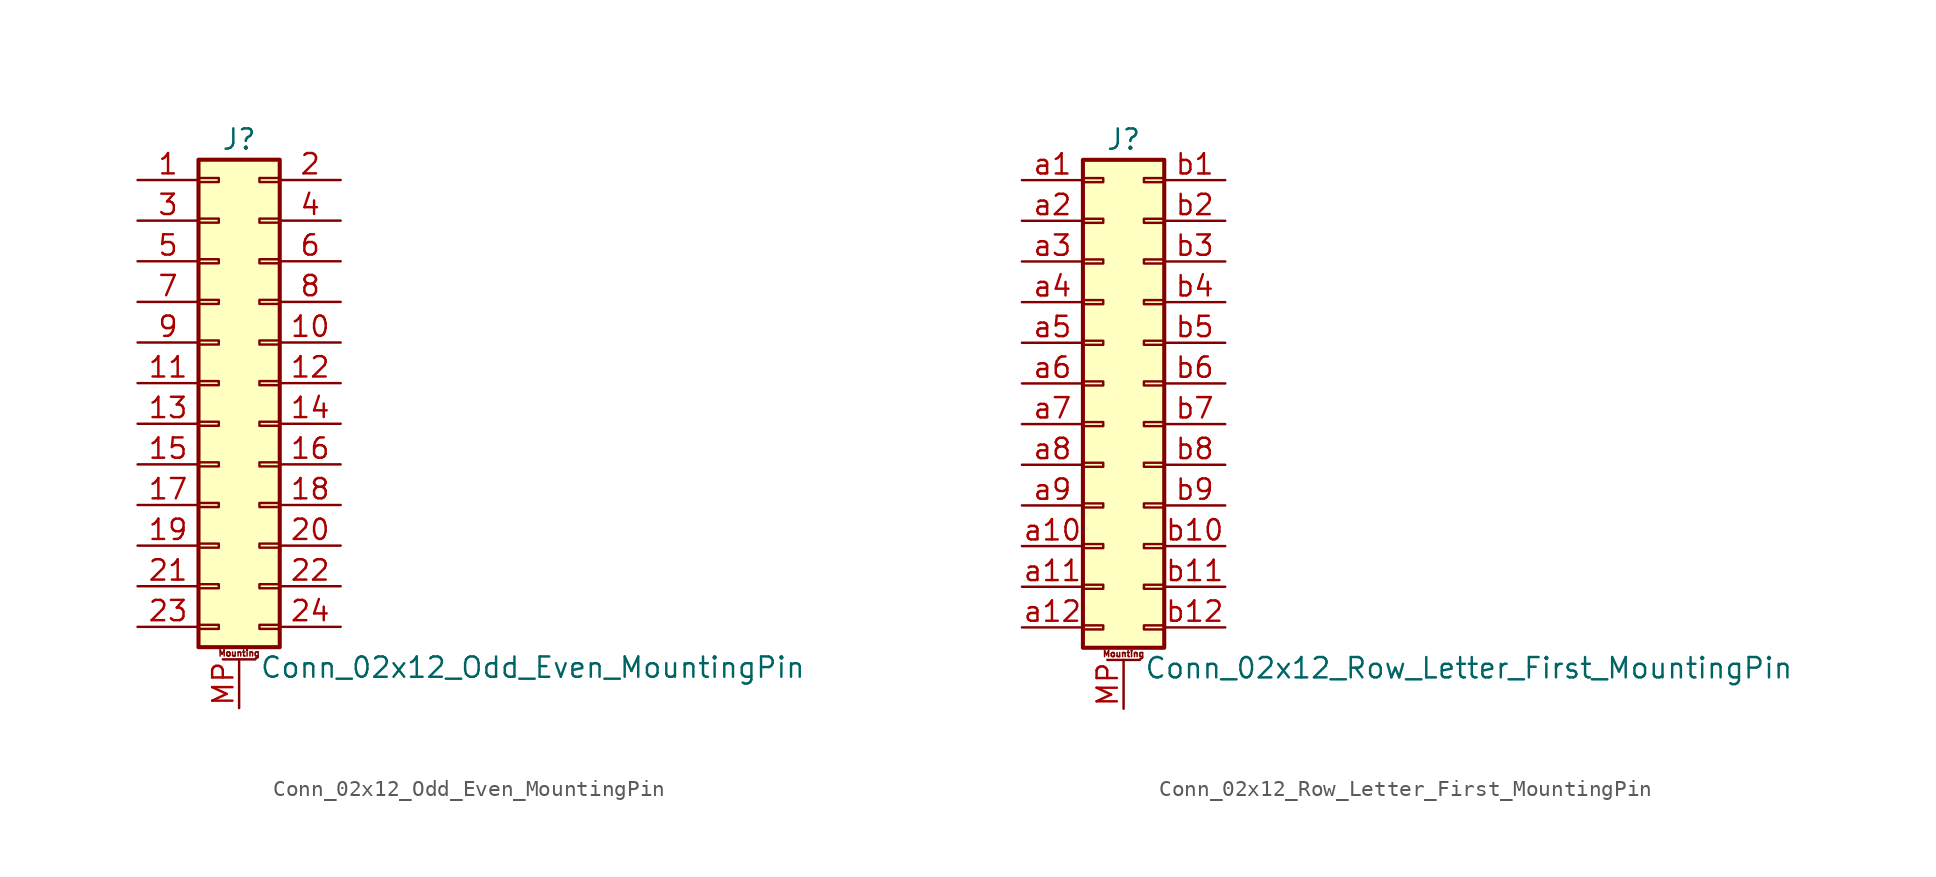
<source format=kicad_sym>
(kicad_symbol_lib
  (version 20201005)
  (generator kicad_symbol_editor)
  (symbol "Conn_02x12_Odd_Even_MountingPin"
    (pin_names
      (offset 1.016) hide)
    (property "Reference" "J"
      (at 1.27 15.24 0)
      (effects (font (size 1.27 1.27))))
    (property "Value" "Conn_02x12_Odd_Even_MountingPin"
      (at 2.54 -17.78 0)
      (effects (font (size 1.27 1.27)) (justify left)))
    (symbol "Conn_02x12_Odd_Even_MountingPin_1_1"
      (text "Mounting" (at 1.27 -16.891 0) (effects (font (size 0.381 0.381))))
      (rectangle (start -1.27 -15.113) (end 0 -15.367) (stroke (width 0.152)) (fill (type none)))
      (rectangle (start -1.27 -12.573) (end 0 -12.827) (stroke (width 0.152)) (fill (type none)))
      (rectangle (start -1.27 -10.033) (end 0 -10.287) (stroke (width 0.152)) (fill (type none)))
      (rectangle (start -1.27 -7.493) (end 0 -7.747) (stroke (width 0.152)) (fill (type none)))
      (rectangle (start -1.27 -4.953) (end 0 -5.207) (stroke (width 0.152)) (fill (type none)))
      (rectangle (start -1.27 -2.413) (end 0 -2.667) (stroke (width 0.152)) (fill (type none)))
      (rectangle (start -1.27 0.127) (end 0 -0.127) (stroke (width 0.152)) (fill (type none)))
      (rectangle (start -1.27 2.667) (end 0 2.413) (stroke (width 0.152)) (fill (type none)))
      (rectangle (start -1.27 5.207) (end 0 4.953) (stroke (width 0.152)) (fill (type none)))
      (rectangle (start -1.27 7.747) (end 0 7.493) (stroke (width 0.152)) (fill (type none)))
      (rectangle (start -1.27 10.287) (end 0 10.033) (stroke (width 0.152)) (fill (type none)))
      (rectangle (start -1.27 12.827) (end 0 12.573) (stroke (width 0.152)) (fill (type none)))
      (rectangle (start -1.27 13.97) (end 3.81 -16.51) (stroke (width 0.254)) (fill (type background)))
      (rectangle (start 3.81 -15.113) (end 2.54 -15.367) (stroke (width 0.152)) (fill (type none)))
      (rectangle (start 3.81 -12.573) (end 2.54 -12.827) (stroke (width 0.152)) (fill (type none)))
      (rectangle (start 3.81 -10.033) (end 2.54 -10.287) (stroke (width 0.152)) (fill (type none)))
      (rectangle (start 3.81 -7.493) (end 2.54 -7.747) (stroke (width 0.152)) (fill (type none)))
      (rectangle (start 3.81 -4.953) (end 2.54 -5.207) (stroke (width 0.152)) (fill (type none)))
      (rectangle (start 3.81 -2.413) (end 2.54 -2.667) (stroke (width 0.152)) (fill (type none)))
      (rectangle (start 3.81 0.127) (end 2.54 -0.127) (stroke (width 0.152)) (fill (type none)))
      (rectangle (start 3.81 2.667) (end 2.54 2.413) (stroke (width 0.152)) (fill (type none)))
      (rectangle (start 3.81 5.207) (end 2.54 4.953) (stroke (width 0.152)) (fill (type none)))
      (rectangle (start 3.81 7.747) (end 2.54 7.493) (stroke (width 0.152)) (fill (type none)))
      (rectangle (start 3.81 10.287) (end 2.54 10.033) (stroke (width 0.152)) (fill (type none)))
      (rectangle (start 3.81 12.827) (end 2.54 12.573) (stroke (width 0.152)) (fill (type none)))
      (polyline (pts (xy 0.254 -17.272) (xy 2.286 -17.272)) (stroke (width 0.152)) (fill (type none)))
      (pin passive line (at -5.08 12.7 0) (length 3.81) (name "Pin_1" (effects (font (size 1.27 1.27)))) (number "1" (effects (font (size 1.27 1.27)))))
      (pin passive line (at 7.62 2.54 180) (length 3.81) (name "Pin_10" (effects (font (size 1.27 1.27)))) (number "10" (effects (font (size 1.27 1.27)))))
      (pin passive line (at -5.08 0 0) (length 3.81) (name "Pin_11" (effects (font (size 1.27 1.27)))) (number "11" (effects (font (size 1.27 1.27)))))
      (pin passive line (at 7.62 0 180) (length 3.81) (name "Pin_12" (effects (font (size 1.27 1.27)))) (number "12" (effects (font (size 1.27 1.27)))))
      (pin passive line (at -5.08 -2.54 0) (length 3.81) (name "Pin_13" (effects (font (size 1.27 1.27)))) (number "13" (effects (font (size 1.27 1.27)))))
      (pin passive line (at 7.62 -2.54 180) (length 3.81) (name "Pin_14" (effects (font (size 1.27 1.27)))) (number "14" (effects (font (size 1.27 1.27)))))
      (pin passive line (at -5.08 -5.08 0) (length 3.81) (name "Pin_15" (effects (font (size 1.27 1.27)))) (number "15" (effects (font (size 1.27 1.27)))))
      (pin passive line (at 7.62 -5.08 180) (length 3.81) (name "Pin_16" (effects (font (size 1.27 1.27)))) (number "16" (effects (font (size 1.27 1.27)))))
      (pin passive line (at -5.08 -7.62 0) (length 3.81) (name "Pin_17" (effects (font (size 1.27 1.27)))) (number "17" (effects (font (size 1.27 1.27)))))
      (pin passive line (at 7.62 -7.62 180) (length 3.81) (name "Pin_18" (effects (font (size 1.27 1.27)))) (number "18" (effects (font (size 1.27 1.27)))))
      (pin passive line (at -5.08 -10.16 0) (length 3.81) (name "Pin_19" (effects (font (size 1.27 1.27)))) (number "19" (effects (font (size 1.27 1.27)))))
      (pin passive line (at 7.62 12.7 180) (length 3.81) (name "Pin_2" (effects (font (size 1.27 1.27)))) (number "2" (effects (font (size 1.27 1.27)))))
      (pin passive line (at 7.62 -10.16 180) (length 3.81) (name "Pin_20" (effects (font (size 1.27 1.27)))) (number "20" (effects (font (size 1.27 1.27)))))
      (pin passive line (at -5.08 -12.7 0) (length 3.81) (name "Pin_21" (effects (font (size 1.27 1.27)))) (number "21" (effects (font (size 1.27 1.27)))))
      (pin passive line (at 7.62 -12.7 180) (length 3.81) (name "Pin_22" (effects (font (size 1.27 1.27)))) (number "22" (effects (font (size 1.27 1.27)))))
      (pin passive line (at -5.08 -15.24 0) (length 3.81) (name "Pin_23" (effects (font (size 1.27 1.27)))) (number "23" (effects (font (size 1.27 1.27)))))
      (pin passive line (at 7.62 -15.24 180) (length 3.81) (name "Pin_24" (effects (font (size 1.27 1.27)))) (number "24" (effects (font (size 1.27 1.27)))))
      (pin passive line (at -5.08 10.16 0) (length 3.81) (name "Pin_3" (effects (font (size 1.27 1.27)))) (number "3" (effects (font (size 1.27 1.27)))))
      (pin passive line (at 7.62 10.16 180) (length 3.81) (name "Pin_4" (effects (font (size 1.27 1.27)))) (number "4" (effects (font (size 1.27 1.27)))))
      (pin passive line (at -5.08 7.62 0) (length 3.81) (name "Pin_5" (effects (font (size 1.27 1.27)))) (number "5" (effects (font (size 1.27 1.27)))))
      (pin passive line (at 7.62 7.62 180) (length 3.81) (name "Pin_6" (effects (font (size 1.27 1.27)))) (number "6" (effects (font (size 1.27 1.27)))))
      (pin passive line (at -5.08 5.08 0) (length 3.81) (name "Pin_7" (effects (font (size 1.27 1.27)))) (number "7" (effects (font (size 1.27 1.27)))))
      (pin passive line (at 7.62 5.08 180) (length 3.81) (name "Pin_8" (effects (font (size 1.27 1.27)))) (number "8" (effects (font (size 1.27 1.27)))))
      (pin passive line (at -5.08 2.54 0) (length 3.81) (name "Pin_9" (effects (font (size 1.27 1.27)))) (number "9" (effects (font (size 1.27 1.27)))))
      (pin passive line (at 1.27 -20.32 90) (length 3.048) (name "MountPin" (effects (font (size 1.27 1.27)))) (number "MP" (effects (font (size 1.27 1.27)))))))
  (symbol "Conn_02x12_Row_Letter_First_MountingPin"
    (pin_names
      (offset 1.016) hide)
    (property "Reference" "J"
      (at 1.27 15.24 0)
      (effects (font (size 1.27 1.27))))
    (property "Value" "Conn_02x12_Row_Letter_First_MountingPin"
      (at 2.54 -17.78 0)
      (effects (font (size 1.27 1.27)) (justify left)))
    (symbol "Conn_02x12_Row_Letter_First_MountingPin_1_1"
      (text "Mounting" (at 1.27 -16.891 0) (effects (font (size 0.381 0.381))))
      (rectangle (start -1.27 -15.113) (end 0 -15.367) (stroke (width 0.152)) (fill (type none)))
      (rectangle (start -1.27 -12.573) (end 0 -12.827) (stroke (width 0.152)) (fill (type none)))
      (rectangle (start -1.27 -10.033) (end 0 -10.287) (stroke (width 0.152)) (fill (type none)))
      (rectangle (start -1.27 -7.493) (end 0 -7.747) (stroke (width 0.152)) (fill (type none)))
      (rectangle (start -1.27 -4.953) (end 0 -5.207) (stroke (width 0.152)) (fill (type none)))
      (rectangle (start -1.27 -2.413) (end 0 -2.667) (stroke (width 0.152)) (fill (type none)))
      (rectangle (start -1.27 0.127) (end 0 -0.127) (stroke (width 0.152)) (fill (type none)))
      (rectangle (start -1.27 2.667) (end 0 2.413) (stroke (width 0.152)) (fill (type none)))
      (rectangle (start -1.27 5.207) (end 0 4.953) (stroke (width 0.152)) (fill (type none)))
      (rectangle (start -1.27 7.747) (end 0 7.493) (stroke (width 0.152)) (fill (type none)))
      (rectangle (start -1.27 10.287) (end 0 10.033) (stroke (width 0.152)) (fill (type none)))
      (rectangle (start -1.27 12.827) (end 0 12.573) (stroke (width 0.152)) (fill (type none)))
      (rectangle (start -1.27 13.97) (end 3.81 -16.51) (stroke (width 0.254)) (fill (type background)))
      (rectangle (start 3.81 -15.113) (end 2.54 -15.367) (stroke (width 0.152)) (fill (type none)))
      (rectangle (start 3.81 -12.573) (end 2.54 -12.827) (stroke (width 0.152)) (fill (type none)))
      (rectangle (start 3.81 -10.033) (end 2.54 -10.287) (stroke (width 0.152)) (fill (type none)))
      (rectangle (start 3.81 -7.493) (end 2.54 -7.747) (stroke (width 0.152)) (fill (type none)))
      (rectangle (start 3.81 -4.953) (end 2.54 -5.207) (stroke (width 0.152)) (fill (type none)))
      (rectangle (start 3.81 -2.413) (end 2.54 -2.667) (stroke (width 0.152)) (fill (type none)))
      (rectangle (start 3.81 0.127) (end 2.54 -0.127) (stroke (width 0.152)) (fill (type none)))
      (rectangle (start 3.81 2.667) (end 2.54 2.413) (stroke (width 0.152)) (fill (type none)))
      (rectangle (start 3.81 5.207) (end 2.54 4.953) (stroke (width 0.152)) (fill (type none)))
      (rectangle (start 3.81 7.747) (end 2.54 7.493) (stroke (width 0.152)) (fill (type none)))
      (rectangle (start 3.81 10.287) (end 2.54 10.033) (stroke (width 0.152)) (fill (type none)))
      (rectangle (start 3.81 12.827) (end 2.54 12.573) (stroke (width 0.152)) (fill (type none)))
      (polyline (pts (xy 0.254 -17.272) (xy 2.286 -17.272)) (stroke (width 0.152)) (fill (type none)))
      (pin passive line (at 1.27 -20.32 90) (length 3.048) (name "MountPin" (effects (font (size 1.27 1.27)))) (number "MP" (effects (font (size 1.27 1.27)))))
      (pin passive line (at -5.08 12.7 0) (length 3.81) (name "Pin_a1" (effects (font (size 1.27 1.27)))) (number "a1" (effects (font (size 1.27 1.27)))))
      (pin passive line (at -5.08 -10.16 0) (length 3.81) (name "Pin_a10" (effects (font (size 1.27 1.27)))) (number "a10" (effects (font (size 1.27 1.27)))))
      (pin passive line (at -5.08 -12.7 0) (length 3.81) (name "Pin_a11" (effects (font (size 1.27 1.27)))) (number "a11" (effects (font (size 1.27 1.27)))))
      (pin passive line (at -5.08 -15.24 0) (length 3.81) (name "Pin_a12" (effects (font (size 1.27 1.27)))) (number "a12" (effects (font (size 1.27 1.27)))))
      (pin passive line (at -5.08 10.16 0) (length 3.81) (name "Pin_a2" (effects (font (size 1.27 1.27)))) (number "a2" (effects (font (size 1.27 1.27)))))
      (pin passive line (at -5.08 7.62 0) (length 3.81) (name "Pin_a3" (effects (font (size 1.27 1.27)))) (number "a3" (effects (font (size 1.27 1.27)))))
      (pin passive line (at -5.08 5.08 0) (length 3.81) (name "Pin_a4" (effects (font (size 1.27 1.27)))) (number "a4" (effects (font (size 1.27 1.27)))))
      (pin passive line (at -5.08 2.54 0) (length 3.81) (name "Pin_a5" (effects (font (size 1.27 1.27)))) (number "a5" (effects (font (size 1.27 1.27)))))
      (pin passive line (at -5.08 0 0) (length 3.81) (name "Pin_a6" (effects (font (size 1.27 1.27)))) (number "a6" (effects (font (size 1.27 1.27)))))
      (pin passive line (at -5.08 -2.54 0) (length 3.81) (name "Pin_a7" (effects (font (size 1.27 1.27)))) (number "a7" (effects (font (size 1.27 1.27)))))
      (pin passive line (at -5.08 -5.08 0) (length 3.81) (name "Pin_a8" (effects (font (size 1.27 1.27)))) (number "a8" (effects (font (size 1.27 1.27)))))
      (pin passive line (at -5.08 -7.62 0) (length 3.81) (name "Pin_a9" (effects (font (size 1.27 1.27)))) (number "a9" (effects (font (size 1.27 1.27)))))
      (pin passive line (at 7.62 12.7 180) (length 3.81) (name "Pin_b1" (effects (font (size 1.27 1.27)))) (number "b1" (effects (font (size 1.27 1.27)))))
      (pin passive line (at 7.62 -10.16 180) (length 3.81) (name "Pin_b10" (effects (font (size 1.27 1.27)))) (number "b10" (effects (font (size 1.27 1.27)))))
      (pin passive line (at 7.62 -12.7 180) (length 3.81) (name "Pin_b11" (effects (font (size 1.27 1.27)))) (number "b11" (effects (font (size 1.27 1.27)))))
      (pin passive line (at 7.62 -15.24 180) (length 3.81) (name "Pin_b12" (effects (font (size 1.27 1.27)))) (number "b12" (effects (font (size 1.27 1.27)))))
      (pin passive line (at 7.62 10.16 180) (length 3.81) (name "Pin_b2" (effects (font (size 1.27 1.27)))) (number "b2" (effects (font (size 1.27 1.27)))))
      (pin passive line (at 7.62 7.62 180) (length 3.81) (name "Pin_b3" (effects (font (size 1.27 1.27)))) (number "b3" (effects (font (size 1.27 1.27)))))
      (pin passive line (at 7.62 5.08 180) (length 3.81) (name "Pin_b4" (effects (font (size 1.27 1.27)))) (number "b4" (effects (font (size 1.27 1.27)))))
      (pin passive line (at 7.62 2.54 180) (length 3.81) (name "Pin_b5" (effects (font (size 1.27 1.27)))) (number "b5" (effects (font (size 1.27 1.27)))))
      (pin passive line (at 7.62 0 180) (length 3.81) (name "Pin_b6" (effects (font (size 1.27 1.27)))) (number "b6" (effects (font (size 1.27 1.27)))))
      (pin passive line (at 7.62 -2.54 180) (length 3.81) (name "Pin_b7" (effects (font (size 1.27 1.27)))) (number "b7" (effects (font (size 1.27 1.27)))))
      (pin passive line (at 7.62 -5.08 180) (length 3.81) (name "Pin_b8" (effects (font (size 1.27 1.27)))) (number "b8" (effects (font (size 1.27 1.27)))))
      (pin passive line (at 7.62 -7.62 180) (length 3.81) (name "Pin_b9" (effects (font (size 1.27 1.27)))) (number "b9" (effects (font (size 1.27 1.27))))))))
</source>
